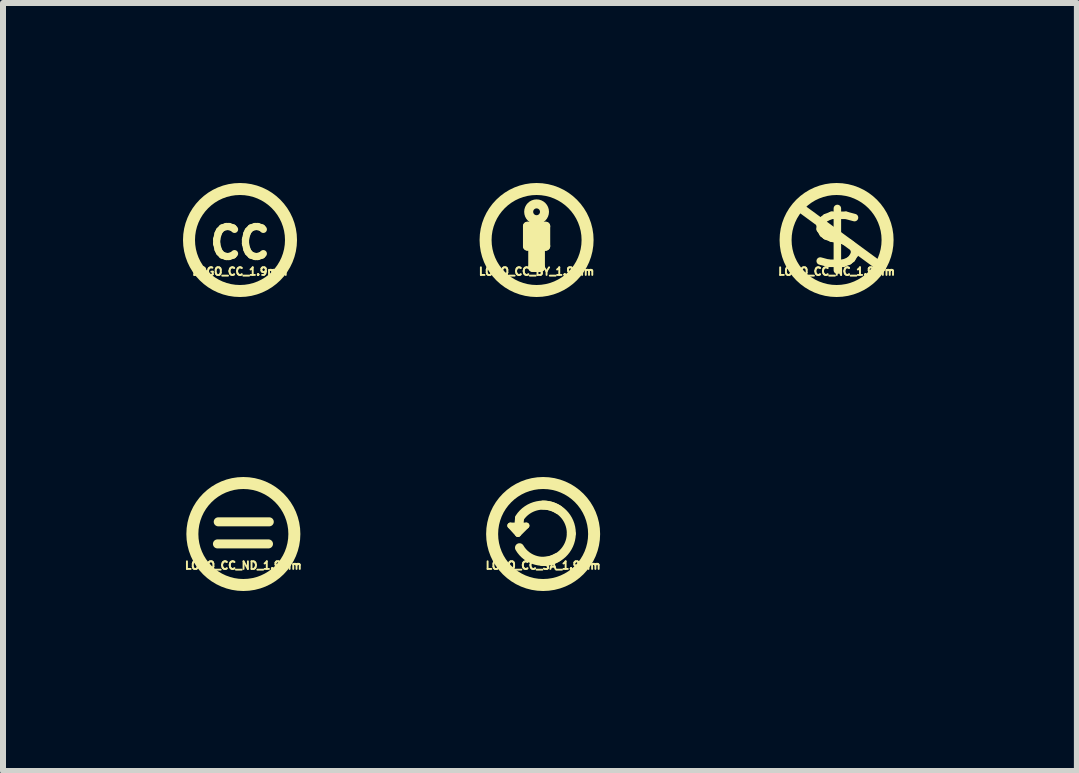
<source format=kicad_pcb>
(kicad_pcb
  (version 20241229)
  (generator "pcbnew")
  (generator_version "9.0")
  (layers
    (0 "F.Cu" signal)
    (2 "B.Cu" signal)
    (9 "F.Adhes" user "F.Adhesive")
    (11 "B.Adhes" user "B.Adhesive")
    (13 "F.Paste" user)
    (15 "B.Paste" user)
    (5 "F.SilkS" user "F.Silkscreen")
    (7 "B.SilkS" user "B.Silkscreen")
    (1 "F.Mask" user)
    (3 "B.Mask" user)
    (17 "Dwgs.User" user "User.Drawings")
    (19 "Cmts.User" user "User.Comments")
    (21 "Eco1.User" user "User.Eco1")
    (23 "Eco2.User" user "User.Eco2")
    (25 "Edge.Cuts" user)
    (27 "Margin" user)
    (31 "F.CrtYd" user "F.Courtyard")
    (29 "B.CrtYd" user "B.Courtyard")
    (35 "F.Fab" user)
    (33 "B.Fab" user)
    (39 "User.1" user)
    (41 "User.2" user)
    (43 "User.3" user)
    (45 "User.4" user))
  (footprint "LOGO_CC_SA_1.9mm"
    (layer "F.Cu")
    (at 6.002 5.85)
    (property "Reference" "LOGO_CC_SA_1.9mm" (at 0 0.525 0) (layer "F.SilkS") (effects (font (size 0.127 0.127) (thickness 0.032))))
    (attr through_hole)
    (fp_line (start -0.546 -0.14) (end -0.279 -0.14) (stroke (width 0.1) (type solid)) (layer "F.SilkS"))
    (fp_line (start -0.419 -0.102) (end -0.419 -0.076) (stroke (width 0.15) (type solid)) (layer "F.SilkS"))
    (fp_line (start -0.419 0) (end -0.546 -0.14) (stroke (width 0.1) (type solid)) (layer "F.SilkS"))
    (fp_line (start -0.419 0) (end -0.279 -0.14) (stroke (width 0.1) (type solid)) (layer "F.SilkS"))
    (fp_line (start -0.406 -0.114) (end -0.394 -0.254) (stroke (width 0.15) (type solid)) (layer "F.SilkS"))
    (fp_arc (start -0.3937 -0.2667) (mid -0.098783 -0.470693) (end 0.254 -0.4064) (stroke (width 0.15) (type solid)) (layer "F.SilkS"))
    (fp_arc (start 0 -0.4826) (mid 0.332269 -0.344969) (end 0.4699 -0.0127) (stroke (width 0.15) (type solid)) (layer "F.SilkS"))
    (fp_arc (start 0.2286 0.3937) (mid -0.116743 0.440033) (end -0.3937 0.2286) (stroke (width 0.15) (type solid)) (layer "F.SilkS"))
    (fp_arc (start 0.4699 0) (mid 0.323289 0.32855) (end -0.0127 0.4572) (stroke (width 0.15) (type solid)) (layer "F.SilkS"))
    (fp_circle (center 0 0) (end 0.85 0) (stroke (width 0.2) (type solid)) (fill no) (layer "F.SilkS")))
  (footprint "LOGO_CC_NC_1.9mm"
    (layer "F.Cu")
    (at 10.893 0.95)
    (property "Reference" "LOGO_CC_NC_1.9mm" (at 0 0.525 0) (layer "F.SilkS") (effects (font (size 0.127 0.127) (thickness 0.032))))
    (attr through_hole)
    (fp_line (start -0.635 -0.559) (end 0.749 0.457) (stroke (width 0.15) (type solid)) (layer "F.SilkS"))
    (fp_circle (center 0 0) (end 0.85 0) (stroke (width 0.2) (type solid)) (fill no) (layer "F.SilkS"))
    (fp_text user "$" (at 0.013 0.025 0) (layer "F.SilkS") (effects (font (size 0.8 1) (thickness 0.125)))))
  (footprint "LOGO_CC_BY_1.9mm"
    (layer "F.Cu")
    (at 5.893 0.95)
    (property "Reference" "LOGO_CC_BY_1.9mm" (at 0 0.525 0) (layer "F.SilkS") (effects (font (size 0.127 0.127) (thickness 0.032))))
    (attr through_hole)
    (fp_line (start -0.152 -0.229) (end -0.152 0.102) (stroke (width 0.15) (type solid)) (layer "F.SilkS"))
    (fp_line (start -0.152 0.102) (end 0.14 0.102) (stroke (width 0.15) (type solid)) (layer "F.SilkS"))
    (fp_line (start -0.076 0) (end -0.076 -0.127) (stroke (width 0.15) (type solid)) (layer "F.SilkS"))
    (fp_line (start -0.064 0.457) (end -0.064 0.178) (stroke (width 0.15) (type solid)) (layer "F.SilkS"))
    (fp_line (start 0 -0.229) (end -0.152 -0.229) (stroke (width 0.15) (type solid)) (layer "F.SilkS"))
    (fp_line (start 0 -0.229) (end 0 0.457) (stroke (width 0.15) (type solid)) (layer "F.SilkS"))
    (fp_line (start 0 0.457) (end -0.064 0.457) (stroke (width 0.15) (type solid)) (layer "F.SilkS"))
    (fp_line (start 0.013 -0.229) (end 0.089 0) (stroke (width 0.15) (type solid)) (layer "F.SilkS"))
    (fp_line (start 0.064 0.152) (end 0.064 0.457) (stroke (width 0.15) (type solid)) (layer "F.SilkS"))
    (fp_line (start 0.064 0.457) (end -0.025 0.457) (stroke (width 0.15) (type solid)) (layer "F.SilkS"))
    (fp_line (start 0.089 0) (end -0.076 0) (stroke (width 0.15) (type solid)) (layer "F.SilkS"))
    (fp_line (start 0.14 0.102) (end 0.152 0.102) (stroke (width 0.15) (type solid)) (layer "F.SilkS"))
    (fp_line (start 0.152 -0.229) (end 0.013 -0.229) (stroke (width 0.15) (type solid)) (layer "F.SilkS"))
    (fp_line (start 0.152 0.102) (end 0.152 -0.229) (stroke (width 0.15) (type solid)) (layer "F.SilkS"))
    (fp_circle (center 0 -0.47) (end 0.051 -0.445) (stroke (width 0.15) (type solid)) (fill no) (layer "F.SilkS"))
    (fp_circle (center 0 0) (end 0.85 0) (stroke (width 0.2) (type solid)) (fill no) (layer "F.SilkS")))
  (footprint "LOGO_CC_ND_1.9mm"
    (layer "F.Cu")
    (at 1.006 5.85)
    (property "Reference" "LOGO_CC_ND_1.9mm" (at 0 0.525 0) (layer "F.SilkS") (effects (font (size 0.127 0.127) (thickness 0.032))))
    (attr through_hole)
    (fp_line (start -0.432 0.165) (end 0.419 0.165) (stroke (width 0.15) (type solid)) (layer "F.SilkS"))
    (fp_line (start -0.419 -0.203) (end 0.432 -0.203) (stroke (width 0.15) (type solid)) (layer "F.SilkS"))
    (fp_circle (center 0 0) (end 0.85 0) (stroke (width 0.2) (type solid)) (fill no) (layer "F.SilkS")))
  (footprint "LOGO_CC_1.9mm"
    (layer "F.Cu")
    (at 0.95 0.95)
    (property "Reference" "LOGO_CC_1.9mm" (at 0 0.525 0) (layer "F.SilkS") (effects (font (size 0.127 0.127) (thickness 0.032))))
    (attr through_hole)
    (fp_circle (center 0 0) (end 0.85 0) (stroke (width 0.2) (type solid)) (fill no) (layer "F.SilkS"))
    (fp_text user "CC" (at 0 0.05 0) (layer "F.SilkS") (effects (font (size 0.5 0.48) (thickness 0.12)))))
  (gr_rect
    (start -3 -3)
    (end 14.898 9.8)
    (stroke (width 0.1) (type default))
    (fill no)
    (layer "Edge.Cuts")))
</source>
